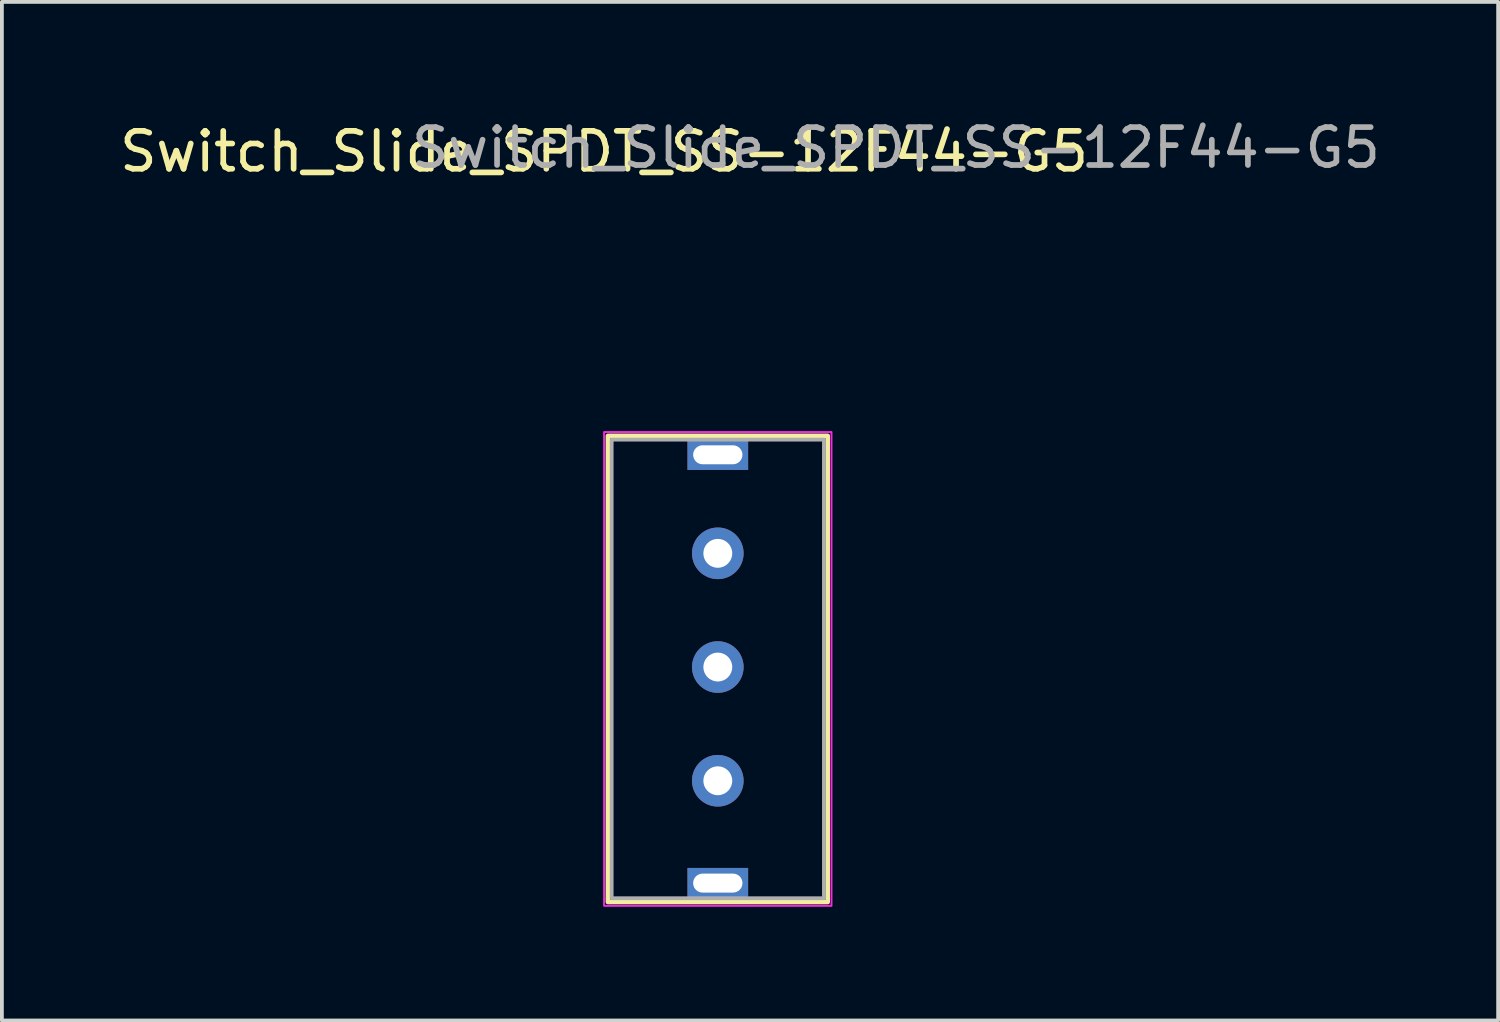
<source format=kicad_pcb>
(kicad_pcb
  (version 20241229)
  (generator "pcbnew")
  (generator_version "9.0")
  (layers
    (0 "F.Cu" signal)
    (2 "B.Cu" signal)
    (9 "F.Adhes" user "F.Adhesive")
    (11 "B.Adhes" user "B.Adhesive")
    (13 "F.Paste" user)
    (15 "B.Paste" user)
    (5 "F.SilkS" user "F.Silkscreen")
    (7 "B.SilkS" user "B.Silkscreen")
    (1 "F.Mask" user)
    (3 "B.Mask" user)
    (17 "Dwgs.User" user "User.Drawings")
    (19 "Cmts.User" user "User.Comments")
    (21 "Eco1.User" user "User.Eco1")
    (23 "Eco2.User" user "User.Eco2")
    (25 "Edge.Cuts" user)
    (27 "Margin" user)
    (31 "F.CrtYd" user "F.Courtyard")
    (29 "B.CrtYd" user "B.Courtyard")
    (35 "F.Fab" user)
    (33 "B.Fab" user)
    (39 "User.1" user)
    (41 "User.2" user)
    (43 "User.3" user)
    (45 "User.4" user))
  (footprint "Switch_Slide_SPDT_SS-12F44-G5"
    (layer "F.Cu")
    (at 15.887 8.548)
    (property "Reference" "Switch_Slide_SPDT_SS-12F44-G5" (at -3 -7.6 0) (unlocked yes) (layer "F.SilkS") (effects (font (size 1 1) (thickness 0.15))))
    (attr through_hole)
    (fp_rect (start -2.9 -0.1) (end 2.9 12.2) (stroke (width 0.12) (type solid)) (fill no) (layer "F.SilkS"))
    (fp_rect (start -3 -0.2) (end 3 12.3) (stroke (width 0.05) (type solid)) (fill no) (layer "F.CrtYd"))
    (fp_rect (start -2.8 0) (end 2.8 12.1) (stroke (width 0.1) (type solid)) (fill no) (layer "F.Fab"))
    (fp_text user "${REFERENCE}" (at 4.7 -7.7 0) (unlocked yes) (layer "F.Fab") (effects (font (size 1 1) (thickness 0.15))))
    (pad "" np_thru_hole rect (at 0 0.4) (size 1.6 0.8) (drill oval 1.3 0.5) (layers "*.Cu" "*.Mask"))
    (pad "" np_thru_hole rect (at 0 11.7) (size 1.6 0.8) (drill oval 1.3 0.5) (layers "*.Cu" "*.Mask"))
    (pad "2" thru_hole circle (at 0 3) (size 1.362 1.362) (drill 0.762) (layers "*.Cu" "*.Mask"))
    (pad "3" thru_hole circle (at 0 6) (size 1.362 1.362) (drill 0.762) (layers "*.Cu" "*.Mask"))
    (pad "4" thru_hole circle (at 0 9) (size 1.362 1.362) (drill 0.762) (layers "*.Cu" "*.Mask")))
  (gr_rect
    (start -3 -3)
    (end 36.474 23.873)
    (stroke (width 0.1) (type default))
    (fill no)
    (layer "Edge.Cuts")))
</source>
